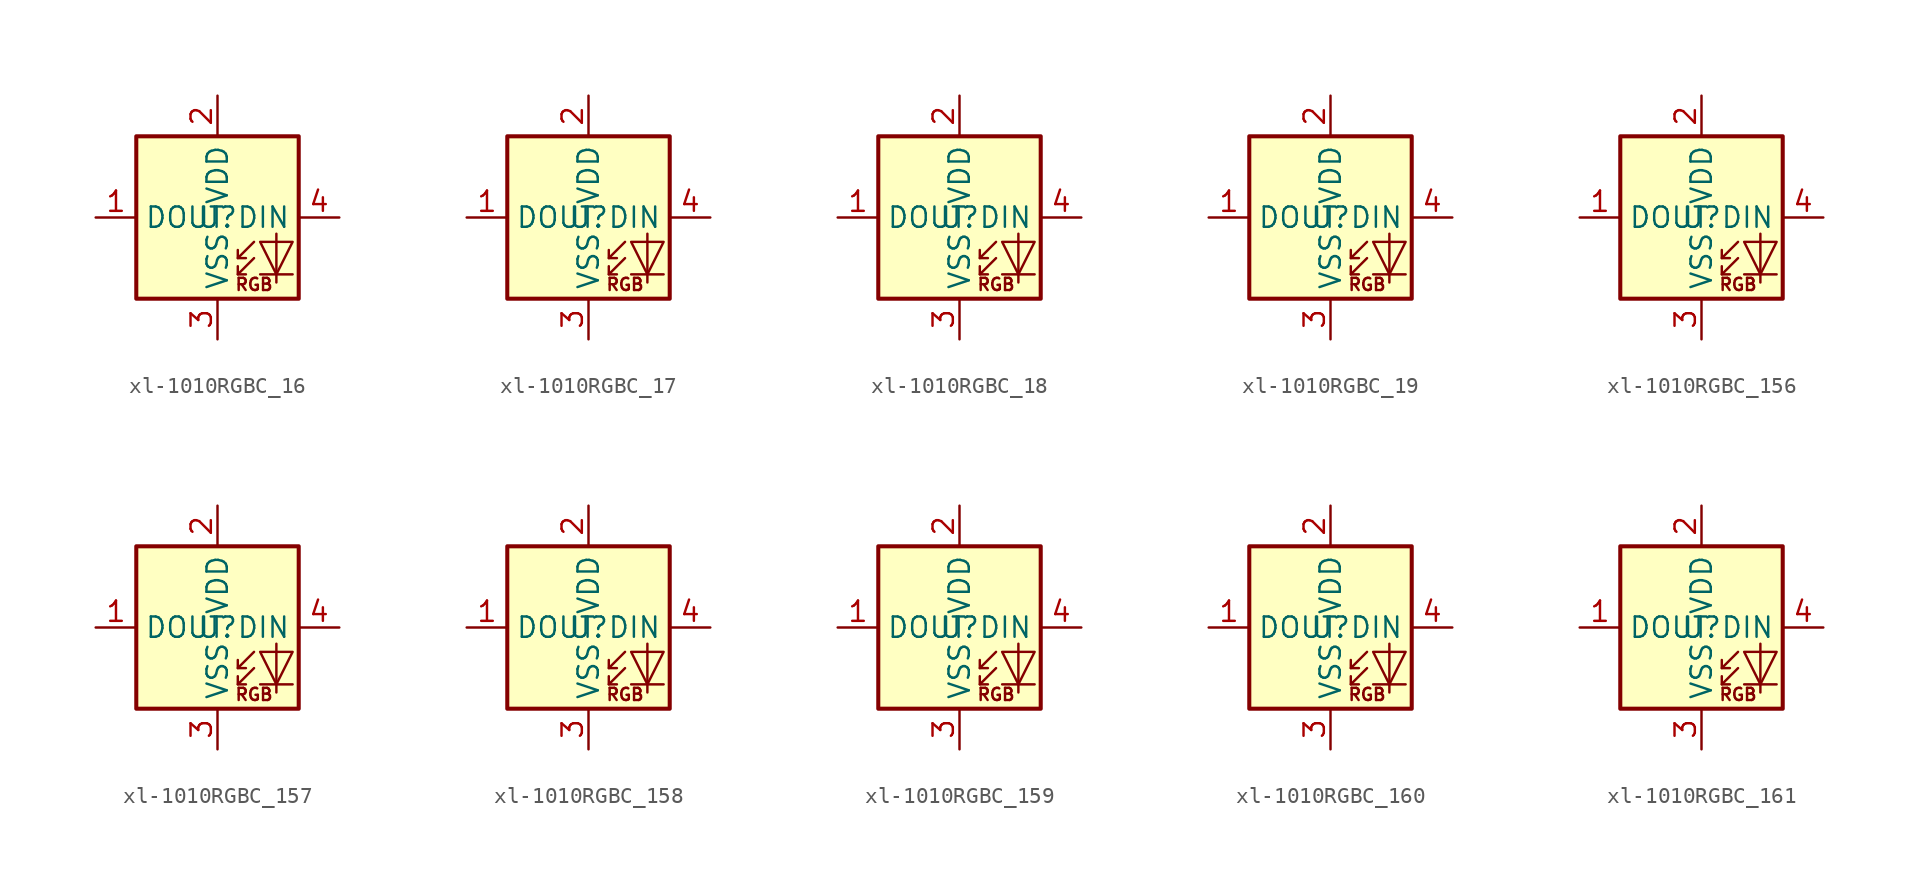
<source format=kicad_sym>
(kicad_symbol_lib
  (version 20231120)
  (generator "kicad_symbol_editor")
  (generator_version "8.0")
  (symbol "xl-1010RGBC_16"
    (property "Reference" "U"
      (at 0 0 0)
      (effects (font (size 1.27 1.27))))
    (property "Value" ""
      (at 0 0 0)
      (effects (font (size 1.27 1.27))))
    (symbol "xl-1010RGBC_16_0_0"
      (text "RGB" (at 2.286 -4.191 0) (effects (font (size 0.762 0.762)))))
    (symbol "xl-1010RGBC_16_0_1"
      (polyline (pts (xy 1.27 -3.556) (xy 1.778 -3.556)) (stroke (width 0) (type default)) (fill (type none)))
      (polyline (pts (xy 1.27 -2.54) (xy 1.778 -2.54)) (stroke (width 0) (type default)) (fill (type none)))
      (polyline (pts (xy 4.699 -3.556) (xy 2.667 -3.556)) (stroke (width 0) (type default)) (fill (type none)))
      (polyline (pts (xy 2.286 -2.54) (xy 1.27 -3.556) (xy 1.27 -3.048)) (stroke (width 0) (type default)) (fill (type none)))
      (polyline (pts (xy 2.286 -1.524) (xy 1.27 -2.54) (xy 1.27 -2.032)) (stroke (width 0) (type default)) (fill (type none)))
      (polyline (pts (xy 3.683 -1.016) (xy 3.683 -3.556) (xy 3.683 -4.064)) (stroke (width 0) (type default)) (fill (type none)))
      (polyline (pts (xy 4.699 -1.524) (xy 2.667 -1.524) (xy 3.683 -3.556) (xy 4.699 -1.524)) (stroke (width 0) (type default)) (fill (type none)))
      (rectangle (start 5.08 5.08) (end -5.08 -5.08) (stroke (width 0.254) (type default)) (fill (type background))))
    (symbol "xl-1010RGBC_16_1_1"
      (pin output line (at -7.62 0 0) (length 2.54) (name "DOUT" (effects (font (size 1.27 1.27)))) (number "1" (effects (font (size 1.27 1.27)))))
      (pin power_in line (at 0 7.62 270) (length 2.54) (name "VDD" (effects (font (size 1.27 1.27)))) (number "2" (effects (font (size 1.27 1.27)))))
      (pin power_in line (at 0 -7.62 90) (length 2.54) (name "VSS" (effects (font (size 1.27 1.27)))) (number "3" (effects (font (size 1.27 1.27)))))
      (pin input line (at 7.62 0 180) (length 2.54) (name "DIN" (effects (font (size 1.27 1.27)))) (number "4" (effects (font (size 1.27 1.27)))))))
  (symbol "xl-1010RGBC_17"
    (property "Reference" "U"
      (at 0 0 0)
      (effects (font (size 1.27 1.27))))
    (property "Value" ""
      (at 0 0 0)
      (effects (font (size 1.27 1.27))))
    (symbol "xl-1010RGBC_17_0_0"
      (text "RGB" (at 2.286 -4.191 0) (effects (font (size 0.762 0.762)))))
    (symbol "xl-1010RGBC_17_0_1"
      (polyline (pts (xy 1.27 -3.556) (xy 1.778 -3.556)) (stroke (width 0) (type default)) (fill (type none)))
      (polyline (pts (xy 1.27 -2.54) (xy 1.778 -2.54)) (stroke (width 0) (type default)) (fill (type none)))
      (polyline (pts (xy 4.699 -3.556) (xy 2.667 -3.556)) (stroke (width 0) (type default)) (fill (type none)))
      (polyline (pts (xy 2.286 -2.54) (xy 1.27 -3.556) (xy 1.27 -3.048)) (stroke (width 0) (type default)) (fill (type none)))
      (polyline (pts (xy 2.286 -1.524) (xy 1.27 -2.54) (xy 1.27 -2.032)) (stroke (width 0) (type default)) (fill (type none)))
      (polyline (pts (xy 3.683 -1.016) (xy 3.683 -3.556) (xy 3.683 -4.064)) (stroke (width 0) (type default)) (fill (type none)))
      (polyline (pts (xy 4.699 -1.524) (xy 2.667 -1.524) (xy 3.683 -3.556) (xy 4.699 -1.524)) (stroke (width 0) (type default)) (fill (type none)))
      (rectangle (start 5.08 5.08) (end -5.08 -5.08) (stroke (width 0.254) (type default)) (fill (type background))))
    (symbol "xl-1010RGBC_17_1_1"
      (pin output line (at -7.62 0 0) (length 2.54) (name "DOUT" (effects (font (size 1.27 1.27)))) (number "1" (effects (font (size 1.27 1.27)))))
      (pin power_in line (at 0 7.62 270) (length 2.54) (name "VDD" (effects (font (size 1.27 1.27)))) (number "2" (effects (font (size 1.27 1.27)))))
      (pin power_in line (at 0 -7.62 90) (length 2.54) (name "VSS" (effects (font (size 1.27 1.27)))) (number "3" (effects (font (size 1.27 1.27)))))
      (pin input line (at 7.62 0 180) (length 2.54) (name "DIN" (effects (font (size 1.27 1.27)))) (number "4" (effects (font (size 1.27 1.27)))))))
  (symbol "xl-1010RGBC_18"
    (property "Reference" "U"
      (at 0 0 0)
      (effects (font (size 1.27 1.27))))
    (property "Value" ""
      (at 0 0 0)
      (effects (font (size 1.27 1.27))))
    (symbol "xl-1010RGBC_18_0_0"
      (text "RGB" (at 2.286 -4.191 0) (effects (font (size 0.762 0.762)))))
    (symbol "xl-1010RGBC_18_0_1"
      (polyline (pts (xy 1.27 -3.556) (xy 1.778 -3.556)) (stroke (width 0) (type default)) (fill (type none)))
      (polyline (pts (xy 1.27 -2.54) (xy 1.778 -2.54)) (stroke (width 0) (type default)) (fill (type none)))
      (polyline (pts (xy 4.699 -3.556) (xy 2.667 -3.556)) (stroke (width 0) (type default)) (fill (type none)))
      (polyline (pts (xy 2.286 -2.54) (xy 1.27 -3.556) (xy 1.27 -3.048)) (stroke (width 0) (type default)) (fill (type none)))
      (polyline (pts (xy 2.286 -1.524) (xy 1.27 -2.54) (xy 1.27 -2.032)) (stroke (width 0) (type default)) (fill (type none)))
      (polyline (pts (xy 3.683 -1.016) (xy 3.683 -3.556) (xy 3.683 -4.064)) (stroke (width 0) (type default)) (fill (type none)))
      (polyline (pts (xy 4.699 -1.524) (xy 2.667 -1.524) (xy 3.683 -3.556) (xy 4.699 -1.524)) (stroke (width 0) (type default)) (fill (type none)))
      (rectangle (start 5.08 5.08) (end -5.08 -5.08) (stroke (width 0.254) (type default)) (fill (type background))))
    (symbol "xl-1010RGBC_18_1_1"
      (pin output line (at -7.62 0 0) (length 2.54) (name "DOUT" (effects (font (size 1.27 1.27)))) (number "1" (effects (font (size 1.27 1.27)))))
      (pin power_in line (at 0 7.62 270) (length 2.54) (name "VDD" (effects (font (size 1.27 1.27)))) (number "2" (effects (font (size 1.27 1.27)))))
      (pin power_in line (at 0 -7.62 90) (length 2.54) (name "VSS" (effects (font (size 1.27 1.27)))) (number "3" (effects (font (size 1.27 1.27)))))
      (pin input line (at 7.62 0 180) (length 2.54) (name "DIN" (effects (font (size 1.27 1.27)))) (number "4" (effects (font (size 1.27 1.27)))))))
  (symbol "xl-1010RGBC_19"
    (property "Reference" "U"
      (at 0 0 0)
      (effects (font (size 1.27 1.27))))
    (property "Value" ""
      (at 0 0 0)
      (effects (font (size 1.27 1.27))))
    (symbol "xl-1010RGBC_19_0_0"
      (text "RGB" (at 2.286 -4.191 0) (effects (font (size 0.762 0.762)))))
    (symbol "xl-1010RGBC_19_0_1"
      (polyline (pts (xy 1.27 -3.556) (xy 1.778 -3.556)) (stroke (width 0) (type default)) (fill (type none)))
      (polyline (pts (xy 1.27 -2.54) (xy 1.778 -2.54)) (stroke (width 0) (type default)) (fill (type none)))
      (polyline (pts (xy 4.699 -3.556) (xy 2.667 -3.556)) (stroke (width 0) (type default)) (fill (type none)))
      (polyline (pts (xy 2.286 -2.54) (xy 1.27 -3.556) (xy 1.27 -3.048)) (stroke (width 0) (type default)) (fill (type none)))
      (polyline (pts (xy 2.286 -1.524) (xy 1.27 -2.54) (xy 1.27 -2.032)) (stroke (width 0) (type default)) (fill (type none)))
      (polyline (pts (xy 3.683 -1.016) (xy 3.683 -3.556) (xy 3.683 -4.064)) (stroke (width 0) (type default)) (fill (type none)))
      (polyline (pts (xy 4.699 -1.524) (xy 2.667 -1.524) (xy 3.683 -3.556) (xy 4.699 -1.524)) (stroke (width 0) (type default)) (fill (type none)))
      (rectangle (start 5.08 5.08) (end -5.08 -5.08) (stroke (width 0.254) (type default)) (fill (type background))))
    (symbol "xl-1010RGBC_19_1_1"
      (pin output line (at -7.62 0 0) (length 2.54) (name "DOUT" (effects (font (size 1.27 1.27)))) (number "1" (effects (font (size 1.27 1.27)))))
      (pin power_in line (at 0 7.62 270) (length 2.54) (name "VDD" (effects (font (size 1.27 1.27)))) (number "2" (effects (font (size 1.27 1.27)))))
      (pin power_in line (at 0 -7.62 90) (length 2.54) (name "VSS" (effects (font (size 1.27 1.27)))) (number "3" (effects (font (size 1.27 1.27)))))
      (pin input line (at 7.62 0 180) (length 2.54) (name "DIN" (effects (font (size 1.27 1.27)))) (number "4" (effects (font (size 1.27 1.27)))))))
  (symbol "xl-1010RGBC_156"
    (property "Reference" "U"
      (at 0 0 0)
      (effects (font (size 1.27 1.27))))
    (property "Value" ""
      (at 0 0 0)
      (effects (font (size 1.27 1.27))))
    (symbol "xl-1010RGBC_156_0_0"
      (text "RGB" (at 2.286 -4.191 0) (effects (font (size 0.762 0.762)))))
    (symbol "xl-1010RGBC_156_0_1"
      (polyline (pts (xy 1.27 -3.556) (xy 1.778 -3.556)) (stroke (width 0) (type default)) (fill (type none)))
      (polyline (pts (xy 1.27 -2.54) (xy 1.778 -2.54)) (stroke (width 0) (type default)) (fill (type none)))
      (polyline (pts (xy 4.699 -3.556) (xy 2.667 -3.556)) (stroke (width 0) (type default)) (fill (type none)))
      (polyline (pts (xy 2.286 -2.54) (xy 1.27 -3.556) (xy 1.27 -3.048)) (stroke (width 0) (type default)) (fill (type none)))
      (polyline (pts (xy 2.286 -1.524) (xy 1.27 -2.54) (xy 1.27 -2.032)) (stroke (width 0) (type default)) (fill (type none)))
      (polyline (pts (xy 3.683 -1.016) (xy 3.683 -3.556) (xy 3.683 -4.064)) (stroke (width 0) (type default)) (fill (type none)))
      (polyline (pts (xy 4.699 -1.524) (xy 2.667 -1.524) (xy 3.683 -3.556) (xy 4.699 -1.524)) (stroke (width 0) (type default)) (fill (type none)))
      (rectangle (start 5.08 5.08) (end -5.08 -5.08) (stroke (width 0.254) (type default)) (fill (type background))))
    (symbol "xl-1010RGBC_156_1_1"
      (pin output line (at -7.62 0 0) (length 2.54) (name "DOUT" (effects (font (size 1.27 1.27)))) (number "1" (effects (font (size 1.27 1.27)))))
      (pin power_in line (at 0 7.62 270) (length 2.54) (name "VDD" (effects (font (size 1.27 1.27)))) (number "2" (effects (font (size 1.27 1.27)))))
      (pin power_in line (at 0 -7.62 90) (length 2.54) (name "VSS" (effects (font (size 1.27 1.27)))) (number "3" (effects (font (size 1.27 1.27)))))
      (pin input line (at 7.62 0 180) (length 2.54) (name "DIN" (effects (font (size 1.27 1.27)))) (number "4" (effects (font (size 1.27 1.27)))))))
  (symbol "xl-1010RGBC_157"
    (property "Reference" "U"
      (at 0 0 0)
      (effects (font (size 1.27 1.27))))
    (property "Value" ""
      (at 0 0 0)
      (effects (font (size 1.27 1.27))))
    (symbol "xl-1010RGBC_157_0_0"
      (text "RGB" (at 2.286 -4.191 0) (effects (font (size 0.762 0.762)))))
    (symbol "xl-1010RGBC_157_0_1"
      (polyline (pts (xy 1.27 -3.556) (xy 1.778 -3.556)) (stroke (width 0) (type default)) (fill (type none)))
      (polyline (pts (xy 1.27 -2.54) (xy 1.778 -2.54)) (stroke (width 0) (type default)) (fill (type none)))
      (polyline (pts (xy 4.699 -3.556) (xy 2.667 -3.556)) (stroke (width 0) (type default)) (fill (type none)))
      (polyline (pts (xy 2.286 -2.54) (xy 1.27 -3.556) (xy 1.27 -3.048)) (stroke (width 0) (type default)) (fill (type none)))
      (polyline (pts (xy 2.286 -1.524) (xy 1.27 -2.54) (xy 1.27 -2.032)) (stroke (width 0) (type default)) (fill (type none)))
      (polyline (pts (xy 3.683 -1.016) (xy 3.683 -3.556) (xy 3.683 -4.064)) (stroke (width 0) (type default)) (fill (type none)))
      (polyline (pts (xy 4.699 -1.524) (xy 2.667 -1.524) (xy 3.683 -3.556) (xy 4.699 -1.524)) (stroke (width 0) (type default)) (fill (type none)))
      (rectangle (start 5.08 5.08) (end -5.08 -5.08) (stroke (width 0.254) (type default)) (fill (type background))))
    (symbol "xl-1010RGBC_157_1_1"
      (pin output line (at -7.62 0 0) (length 2.54) (name "DOUT" (effects (font (size 1.27 1.27)))) (number "1" (effects (font (size 1.27 1.27)))))
      (pin power_in line (at 0 7.62 270) (length 2.54) (name "VDD" (effects (font (size 1.27 1.27)))) (number "2" (effects (font (size 1.27 1.27)))))
      (pin power_in line (at 0 -7.62 90) (length 2.54) (name "VSS" (effects (font (size 1.27 1.27)))) (number "3" (effects (font (size 1.27 1.27)))))
      (pin input line (at 7.62 0 180) (length 2.54) (name "DIN" (effects (font (size 1.27 1.27)))) (number "4" (effects (font (size 1.27 1.27)))))))
  (symbol "xl-1010RGBC_158"
    (property "Reference" "U"
      (at 0 0 0)
      (effects (font (size 1.27 1.27))))
    (property "Value" ""
      (at 0 0 0)
      (effects (font (size 1.27 1.27))))
    (symbol "xl-1010RGBC_158_0_0"
      (text "RGB" (at 2.286 -4.191 0) (effects (font (size 0.762 0.762)))))
    (symbol "xl-1010RGBC_158_0_1"
      (polyline (pts (xy 1.27 -3.556) (xy 1.778 -3.556)) (stroke (width 0) (type default)) (fill (type none)))
      (polyline (pts (xy 1.27 -2.54) (xy 1.778 -2.54)) (stroke (width 0) (type default)) (fill (type none)))
      (polyline (pts (xy 4.699 -3.556) (xy 2.667 -3.556)) (stroke (width 0) (type default)) (fill (type none)))
      (polyline (pts (xy 2.286 -2.54) (xy 1.27 -3.556) (xy 1.27 -3.048)) (stroke (width 0) (type default)) (fill (type none)))
      (polyline (pts (xy 2.286 -1.524) (xy 1.27 -2.54) (xy 1.27 -2.032)) (stroke (width 0) (type default)) (fill (type none)))
      (polyline (pts (xy 3.683 -1.016) (xy 3.683 -3.556) (xy 3.683 -4.064)) (stroke (width 0) (type default)) (fill (type none)))
      (polyline (pts (xy 4.699 -1.524) (xy 2.667 -1.524) (xy 3.683 -3.556) (xy 4.699 -1.524)) (stroke (width 0) (type default)) (fill (type none)))
      (rectangle (start 5.08 5.08) (end -5.08 -5.08) (stroke (width 0.254) (type default)) (fill (type background))))
    (symbol "xl-1010RGBC_158_1_1"
      (pin output line (at -7.62 0 0) (length 2.54) (name "DOUT" (effects (font (size 1.27 1.27)))) (number "1" (effects (font (size 1.27 1.27)))))
      (pin power_in line (at 0 7.62 270) (length 2.54) (name "VDD" (effects (font (size 1.27 1.27)))) (number "2" (effects (font (size 1.27 1.27)))))
      (pin power_in line (at 0 -7.62 90) (length 2.54) (name "VSS" (effects (font (size 1.27 1.27)))) (number "3" (effects (font (size 1.27 1.27)))))
      (pin input line (at 7.62 0 180) (length 2.54) (name "DIN" (effects (font (size 1.27 1.27)))) (number "4" (effects (font (size 1.27 1.27)))))))
  (symbol "xl-1010RGBC_159"
    (property "Reference" "U"
      (at 0 0 0)
      (effects (font (size 1.27 1.27))))
    (property "Value" ""
      (at 0 0 0)
      (effects (font (size 1.27 1.27))))
    (symbol "xl-1010RGBC_159_0_0"
      (text "RGB" (at 2.286 -4.191 0) (effects (font (size 0.762 0.762)))))
    (symbol "xl-1010RGBC_159_0_1"
      (polyline (pts (xy 1.27 -3.556) (xy 1.778 -3.556)) (stroke (width 0) (type default)) (fill (type none)))
      (polyline (pts (xy 1.27 -2.54) (xy 1.778 -2.54)) (stroke (width 0) (type default)) (fill (type none)))
      (polyline (pts (xy 4.699 -3.556) (xy 2.667 -3.556)) (stroke (width 0) (type default)) (fill (type none)))
      (polyline (pts (xy 2.286 -2.54) (xy 1.27 -3.556) (xy 1.27 -3.048)) (stroke (width 0) (type default)) (fill (type none)))
      (polyline (pts (xy 2.286 -1.524) (xy 1.27 -2.54) (xy 1.27 -2.032)) (stroke (width 0) (type default)) (fill (type none)))
      (polyline (pts (xy 3.683 -1.016) (xy 3.683 -3.556) (xy 3.683 -4.064)) (stroke (width 0) (type default)) (fill (type none)))
      (polyline (pts (xy 4.699 -1.524) (xy 2.667 -1.524) (xy 3.683 -3.556) (xy 4.699 -1.524)) (stroke (width 0) (type default)) (fill (type none)))
      (rectangle (start 5.08 5.08) (end -5.08 -5.08) (stroke (width 0.254) (type default)) (fill (type background))))
    (symbol "xl-1010RGBC_159_1_1"
      (pin output line (at -7.62 0 0) (length 2.54) (name "DOUT" (effects (font (size 1.27 1.27)))) (number "1" (effects (font (size 1.27 1.27)))))
      (pin power_in line (at 0 7.62 270) (length 2.54) (name "VDD" (effects (font (size 1.27 1.27)))) (number "2" (effects (font (size 1.27 1.27)))))
      (pin power_in line (at 0 -7.62 90) (length 2.54) (name "VSS" (effects (font (size 1.27 1.27)))) (number "3" (effects (font (size 1.27 1.27)))))
      (pin input line (at 7.62 0 180) (length 2.54) (name "DIN" (effects (font (size 1.27 1.27)))) (number "4" (effects (font (size 1.27 1.27)))))))
  (symbol "xl-1010RGBC_160"
    (property "Reference" "U"
      (at 0 0 0)
      (effects (font (size 1.27 1.27))))
    (property "Value" ""
      (at 0 0 0)
      (effects (font (size 1.27 1.27))))
    (symbol "xl-1010RGBC_160_0_0"
      (text "RGB" (at 2.286 -4.191 0) (effects (font (size 0.762 0.762)))))
    (symbol "xl-1010RGBC_160_0_1"
      (polyline (pts (xy 1.27 -3.556) (xy 1.778 -3.556)) (stroke (width 0) (type default)) (fill (type none)))
      (polyline (pts (xy 1.27 -2.54) (xy 1.778 -2.54)) (stroke (width 0) (type default)) (fill (type none)))
      (polyline (pts (xy 4.699 -3.556) (xy 2.667 -3.556)) (stroke (width 0) (type default)) (fill (type none)))
      (polyline (pts (xy 2.286 -2.54) (xy 1.27 -3.556) (xy 1.27 -3.048)) (stroke (width 0) (type default)) (fill (type none)))
      (polyline (pts (xy 2.286 -1.524) (xy 1.27 -2.54) (xy 1.27 -2.032)) (stroke (width 0) (type default)) (fill (type none)))
      (polyline (pts (xy 3.683 -1.016) (xy 3.683 -3.556) (xy 3.683 -4.064)) (stroke (width 0) (type default)) (fill (type none)))
      (polyline (pts (xy 4.699 -1.524) (xy 2.667 -1.524) (xy 3.683 -3.556) (xy 4.699 -1.524)) (stroke (width 0) (type default)) (fill (type none)))
      (rectangle (start 5.08 5.08) (end -5.08 -5.08) (stroke (width 0.254) (type default)) (fill (type background))))
    (symbol "xl-1010RGBC_160_1_1"
      (pin output line (at -7.62 0 0) (length 2.54) (name "DOUT" (effects (font (size 1.27 1.27)))) (number "1" (effects (font (size 1.27 1.27)))))
      (pin power_in line (at 0 7.62 270) (length 2.54) (name "VDD" (effects (font (size 1.27 1.27)))) (number "2" (effects (font (size 1.27 1.27)))))
      (pin power_in line (at 0 -7.62 90) (length 2.54) (name "VSS" (effects (font (size 1.27 1.27)))) (number "3" (effects (font (size 1.27 1.27)))))
      (pin input line (at 7.62 0 180) (length 2.54) (name "DIN" (effects (font (size 1.27 1.27)))) (number "4" (effects (font (size 1.27 1.27)))))))
  (symbol "xl-1010RGBC_161"
    (property "Reference" "U"
      (at 0 0 0)
      (effects (font (size 1.27 1.27))))
    (property "Value" ""
      (at 0 0 0)
      (effects (font (size 1.27 1.27))))
    (symbol "xl-1010RGBC_161_0_0"
      (text "RGB" (at 2.286 -4.191 0) (effects (font (size 0.762 0.762)))))
    (symbol "xl-1010RGBC_161_0_1"
      (polyline (pts (xy 1.27 -3.556) (xy 1.778 -3.556)) (stroke (width 0) (type default)) (fill (type none)))
      (polyline (pts (xy 1.27 -2.54) (xy 1.778 -2.54)) (stroke (width 0) (type default)) (fill (type none)))
      (polyline (pts (xy 4.699 -3.556) (xy 2.667 -3.556)) (stroke (width 0) (type default)) (fill (type none)))
      (polyline (pts (xy 2.286 -2.54) (xy 1.27 -3.556) (xy 1.27 -3.048)) (stroke (width 0) (type default)) (fill (type none)))
      (polyline (pts (xy 2.286 -1.524) (xy 1.27 -2.54) (xy 1.27 -2.032)) (stroke (width 0) (type default)) (fill (type none)))
      (polyline (pts (xy 3.683 -1.016) (xy 3.683 -3.556) (xy 3.683 -4.064)) (stroke (width 0) (type default)) (fill (type none)))
      (polyline (pts (xy 4.699 -1.524) (xy 2.667 -1.524) (xy 3.683 -3.556) (xy 4.699 -1.524)) (stroke (width 0) (type default)) (fill (type none)))
      (rectangle (start 5.08 5.08) (end -5.08 -5.08) (stroke (width 0.254) (type default)) (fill (type background))))
    (symbol "xl-1010RGBC_161_1_1"
      (pin output line (at -7.62 0 0) (length 2.54) (name "DOUT" (effects (font (size 1.27 1.27)))) (number "1" (effects (font (size 1.27 1.27)))))
      (pin power_in line (at 0 7.62 270) (length 2.54) (name "VDD" (effects (font (size 1.27 1.27)))) (number "2" (effects (font (size 1.27 1.27)))))
      (pin power_in line (at 0 -7.62 90) (length 2.54) (name "VSS" (effects (font (size 1.27 1.27)))) (number "3" (effects (font (size 1.27 1.27)))))
      (pin input line (at 7.62 0 180) (length 2.54) (name "DIN" (effects (font (size 1.27 1.27)))) (number "4" (effects (font (size 1.27 1.27))))))))
</source>
